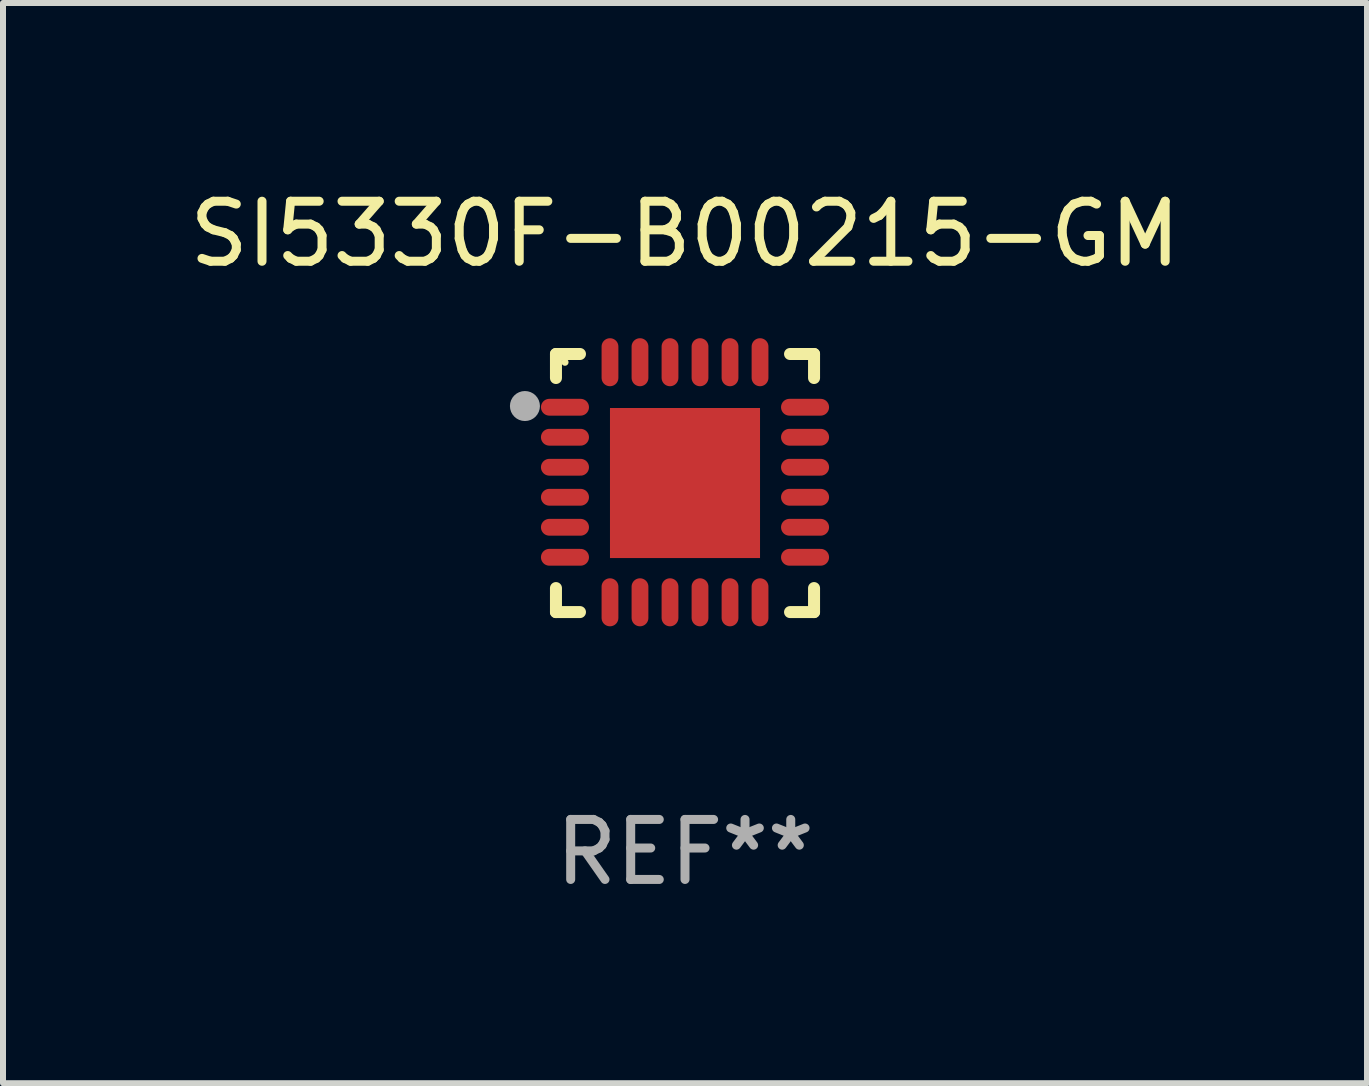
<source format=kicad_pcb>
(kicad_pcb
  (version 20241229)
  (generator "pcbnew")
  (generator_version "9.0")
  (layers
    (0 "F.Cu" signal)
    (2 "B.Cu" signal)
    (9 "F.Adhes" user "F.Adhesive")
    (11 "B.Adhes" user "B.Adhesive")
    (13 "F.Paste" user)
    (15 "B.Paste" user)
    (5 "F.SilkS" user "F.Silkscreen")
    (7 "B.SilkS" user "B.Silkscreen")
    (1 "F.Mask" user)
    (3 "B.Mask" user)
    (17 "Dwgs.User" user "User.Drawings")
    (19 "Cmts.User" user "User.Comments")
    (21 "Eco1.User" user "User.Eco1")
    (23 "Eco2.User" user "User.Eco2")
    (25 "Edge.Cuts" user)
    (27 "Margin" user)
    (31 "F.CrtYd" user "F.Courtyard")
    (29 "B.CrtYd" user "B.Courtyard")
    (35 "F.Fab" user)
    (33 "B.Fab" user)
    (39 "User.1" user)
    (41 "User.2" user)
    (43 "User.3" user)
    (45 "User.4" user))
  (footprint "SI5330F-B00215-GM"
    (layer "F.Cu")
    (at 8.363 4.998)
    (property "Reference" "SI5330F-B00215-GM" (at 0 -4.15 0) (layer "F.SilkS") (effects (font (size 1 1) (thickness 0.15))))
    (attr through_hole)
    (fp_line (start -2.15 -2.15) (end -1.75 -2.15) (stroke (width 0.2) (type solid)) (layer "F.SilkS"))
    (fp_line (start -2.15 -1.75) (end -2.15 -2.15) (stroke (width 0.2) (type solid)) (layer "F.SilkS"))
    (fp_line (start -2.15 2.15) (end -2.15 1.75) (stroke (width 0.2) (type solid)) (layer "F.SilkS"))
    (fp_line (start -1.75 2.15) (end -2.15 2.15) (stroke (width 0.2) (type solid)) (layer "F.SilkS"))
    (fp_line (start 1.75 -2.15) (end 2.15 -2.15) (stroke (width 0.2) (type solid)) (layer "F.SilkS"))
    (fp_line (start 1.75 2.15) (end 2.15 2.15) (stroke (width 0.2) (type solid)) (layer "F.SilkS"))
    (fp_line (start 2.15 -2.15) (end 2.15 -1.75) (stroke (width 0.2) (type solid)) (layer "F.SilkS"))
    (fp_line (start 2.15 2.15) (end 2.15 1.75) (stroke (width 0.2) (type solid)) (layer "F.SilkS"))
    (fp_circle (center -2 -2.013) (end -1.97 -2.013) (stroke (width 0.06) (type solid)) (fill no) (layer "F.SilkS"))
    (fp_circle (center -2.667 -1.283) (end -2.542 -1.283) (stroke (width 0.25) (type solid)) (fill no) (layer "F.Fab"))
    (fp_text user "REF**" (at 0 6.15 0) (layer "F.Fab") (effects (font (size 1 1) (thickness 0.15))))
    (pad "1" smd oval (at -2 -1.263) (size 0.8 0.28) (layers "F.Cu" "F.Mask" "F.Paste"))
    (pad "2" smd oval (at -2 -0.763) (size 0.8 0.28) (layers "F.Cu" "F.Mask" "F.Paste"))
    (pad "3" smd oval (at -2 -0.263) (size 0.8 0.28) (layers "F.Cu" "F.Mask" "F.Paste"))
    (pad "4" smd oval (at -2 0.237) (size 0.8 0.28) (layers "F.Cu" "F.Mask" "F.Paste"))
    (pad "5" smd oval (at -2 0.737) (size 0.8 0.28) (layers "F.Cu" "F.Mask" "F.Paste"))
    (pad "6" smd oval (at -2 1.237) (size 0.8 0.28) (layers "F.Cu" "F.Mask" "F.Paste"))
    (pad "7" smd oval (at -1.25 1.987) (size 0.28 0.8) (layers "F.Cu" "F.Mask" "F.Paste"))
    (pad "8" smd oval (at -0.75 1.987) (size 0.28 0.8) (layers "F.Cu" "F.Mask" "F.Paste"))
    (pad "9" smd oval (at -0.25 1.987) (size 0.28 0.8) (layers "F.Cu" "F.Mask" "F.Paste"))
    (pad "10" smd oval (at 0.25 1.987) (size 0.28 0.8) (layers "F.Cu" "F.Mask" "F.Paste"))
    (pad "11" smd oval (at 0.75 1.987) (size 0.28 0.8) (layers "F.Cu" "F.Mask" "F.Paste"))
    (pad "12" smd oval (at 1.25 1.987) (size 0.28 0.8) (layers "F.Cu" "F.Mask" "F.Paste"))
    (pad "13" smd oval (at 2 1.237) (size 0.8 0.28) (layers "F.Cu" "F.Mask" "F.Paste"))
    (pad "14" smd oval (at 2 0.737) (size 0.8 0.28) (layers "F.Cu" "F.Mask" "F.Paste"))
    (pad "15" smd oval (at 2 0.237) (size 0.8 0.28) (layers "F.Cu" "F.Mask" "F.Paste"))
    (pad "16" smd oval (at 2 -0.263) (size 0.8 0.28) (layers "F.Cu" "F.Mask" "F.Paste"))
    (pad "17" smd oval (at 2 -0.763) (size 0.8 0.28) (layers "F.Cu" "F.Mask" "F.Paste"))
    (pad "18" smd oval (at 2 -1.263) (size 0.8 0.28) (layers "F.Cu" "F.Mask" "F.Paste"))
    (pad "19" smd oval (at 1.25 -2.013) (size 0.28 0.8) (layers "F.Cu" "F.Mask" "F.Paste"))
    (pad "20" smd oval (at 0.75 -2.013) (size 0.28 0.8) (layers "F.Cu" "F.Mask" "F.Paste"))
    (pad "21" smd oval (at 0.25 -2.013) (size 0.28 0.8) (layers "F.Cu" "F.Mask" "F.Paste"))
    (pad "22" smd oval (at -0.25 -2.013) (size 0.28 0.8) (layers "F.Cu" "F.Mask" "F.Paste"))
    (pad "23" smd oval (at -0.75 -2.013) (size 0.28 0.8) (layers "F.Cu" "F.Mask" "F.Paste"))
    (pad "24" smd oval (at -1.25 -2.013) (size 0.28 0.8) (layers "F.Cu" "F.Mask" "F.Paste"))
    (pad "25" smd rect (at -0.000127 -0.00014) (size 2.5 2.5) (layers "F.Cu" "F.Mask" "F.Paste")))
  (gr_rect
    (start -3 -3)
    (end 19.726 14.997)
    (stroke (width 0.1) (type default))
    (fill no)
    (layer "Edge.Cuts")))
</source>
